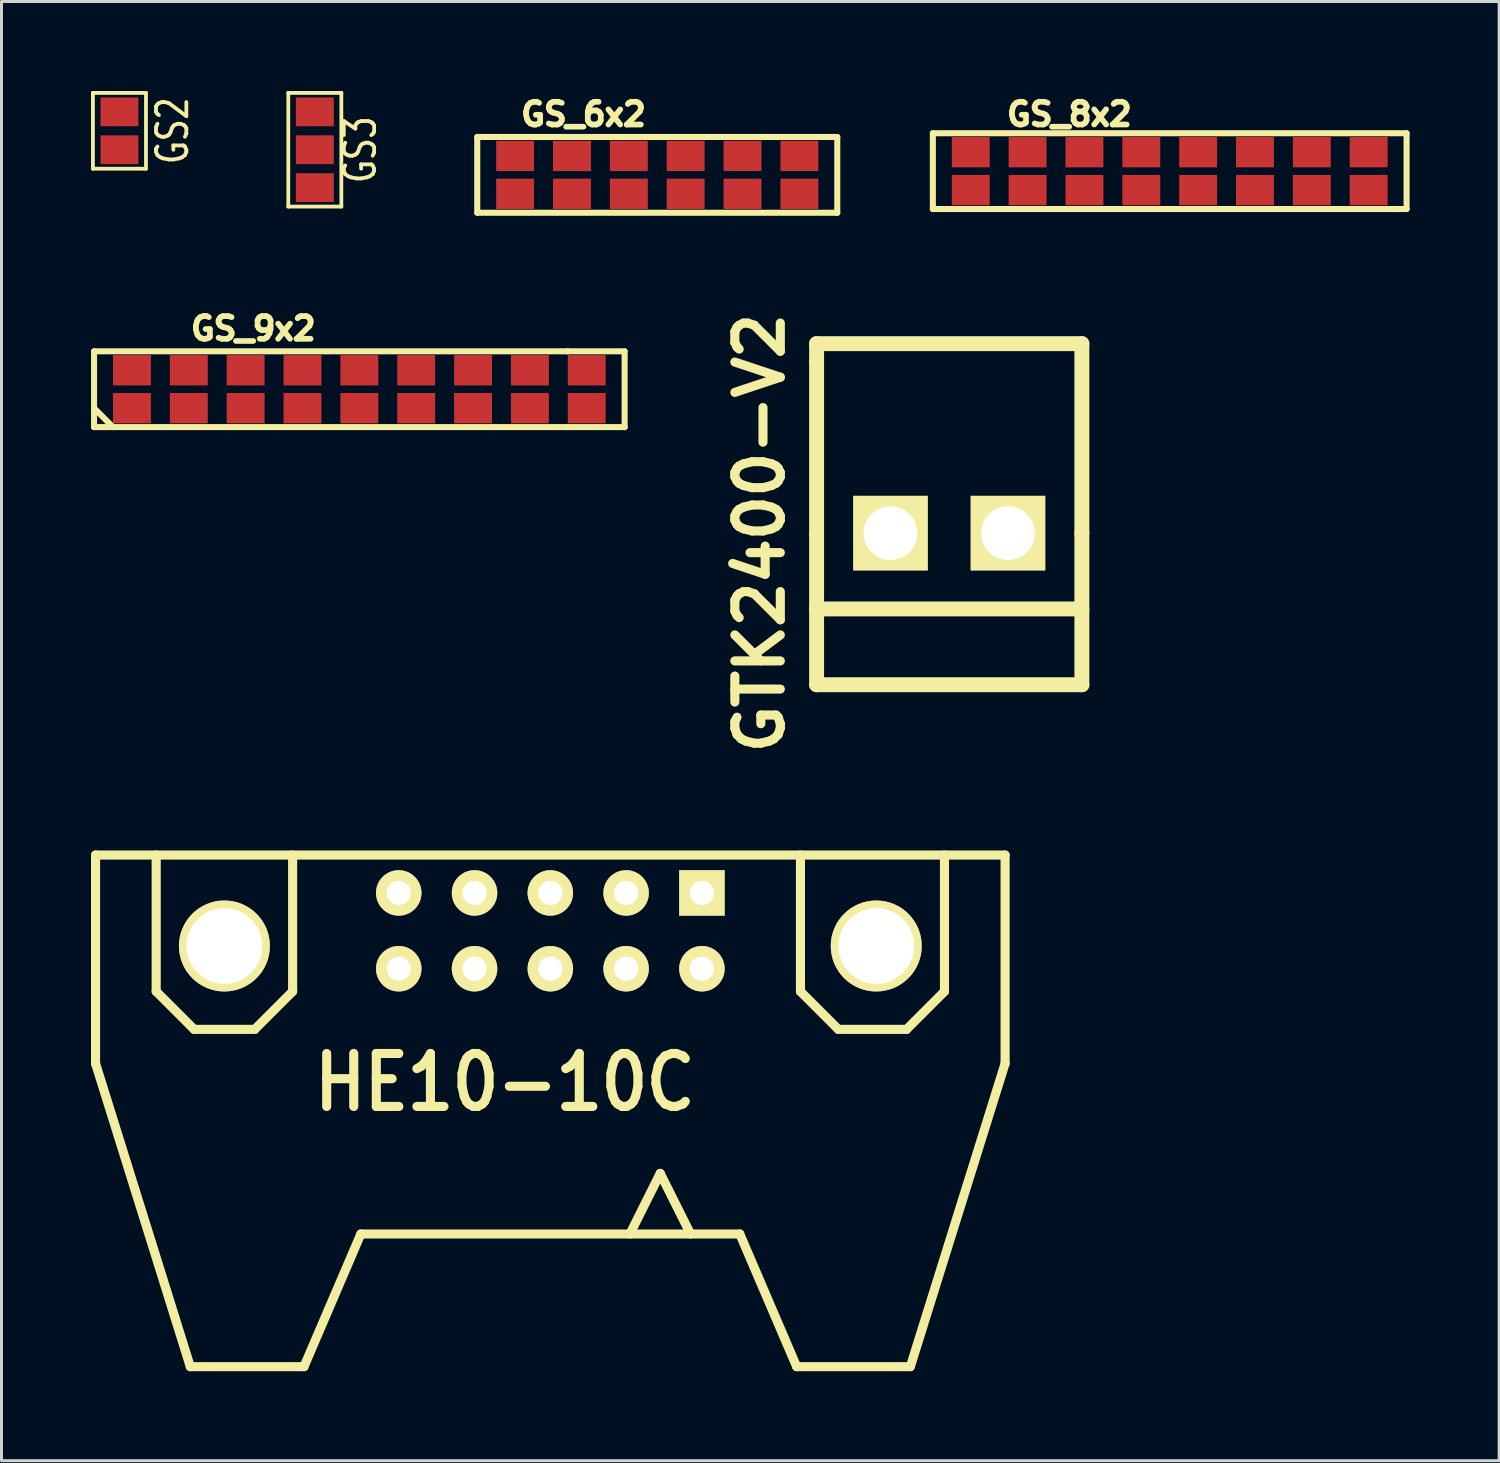
<source format=kicad_pcb>
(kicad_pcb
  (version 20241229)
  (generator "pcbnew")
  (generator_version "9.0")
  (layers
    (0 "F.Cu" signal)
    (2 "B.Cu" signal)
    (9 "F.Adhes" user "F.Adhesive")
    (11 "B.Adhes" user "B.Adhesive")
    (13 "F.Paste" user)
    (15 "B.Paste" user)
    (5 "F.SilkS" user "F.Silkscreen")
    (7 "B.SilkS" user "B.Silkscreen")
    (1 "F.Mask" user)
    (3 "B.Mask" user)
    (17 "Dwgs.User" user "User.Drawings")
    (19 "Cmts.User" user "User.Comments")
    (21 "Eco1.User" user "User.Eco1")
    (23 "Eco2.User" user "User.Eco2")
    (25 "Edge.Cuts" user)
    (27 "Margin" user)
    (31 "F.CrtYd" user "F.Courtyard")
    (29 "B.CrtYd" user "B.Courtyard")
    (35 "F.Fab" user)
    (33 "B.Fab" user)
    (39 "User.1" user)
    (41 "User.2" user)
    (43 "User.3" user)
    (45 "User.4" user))
  (footprint "HE10-10C"
    (layer "F.Cu")
    (at 15.392 28.143)
    (property "Reference" "HE10-10C" (at -1.524 5.08 180) (layer "F.SilkS") (effects (font (size 1.775 1.587) (thickness 0.305))))
    (attr through_hole)
    (fp_line (start -15.24 -2.54) (end -15.24 4.445) (stroke (width 0.305) (type solid)) (layer "F.SilkS"))
    (fp_line (start -15.24 4.445) (end -12.065 14.605) (stroke (width 0.305) (type solid)) (layer "F.SilkS"))
    (fp_line (start -13.208 2.032) (end -13.208 -2.54) (stroke (width 0.305) (type solid)) (layer "F.SilkS"))
    (fp_line (start -12.065 14.605) (end -8.255 14.605) (stroke (width 0.305) (type solid)) (layer "F.SilkS"))
    (fp_line (start -11.938 3.302) (end -13.208 2.032) (stroke (width 0.305) (type solid)) (layer "F.SilkS"))
    (fp_line (start -9.906 3.302) (end -11.938 3.302) (stroke (width 0.305) (type solid)) (layer "F.SilkS"))
    (fp_line (start -8.636 -2.54) (end -8.636 2.032) (stroke (width 0.305) (type solid)) (layer "F.SilkS"))
    (fp_line (start -8.636 2.032) (end -9.906 3.302) (stroke (width 0.305) (type solid)) (layer "F.SilkS"))
    (fp_line (start -8.255 14.605) (end -6.35 10.16) (stroke (width 0.305) (type solid)) (layer "F.SilkS"))
    (fp_line (start -6.35 10.16) (end 6.35 10.16) (stroke (width 0.305) (type solid)) (layer "F.SilkS"))
    (fp_line (start 3.683 8.128) (end 2.667 10.16) (stroke (width 0.305) (type solid)) (layer "F.SilkS"))
    (fp_line (start 4.699 10.16) (end 3.683 8.128) (stroke (width 0.305) (type solid)) (layer "F.SilkS"))
    (fp_line (start 8.255 14.605) (end 6.35 10.16) (stroke (width 0.305) (type solid)) (layer "F.SilkS"))
    (fp_line (start 8.382 2.032) (end 8.382 -2.54) (stroke (width 0.305) (type solid)) (layer "F.SilkS"))
    (fp_line (start 9.652 3.302) (end 8.382 2.032) (stroke (width 0.305) (type solid)) (layer "F.SilkS"))
    (fp_line (start 11.938 3.302) (end 9.652 3.302) (stroke (width 0.305) (type solid)) (layer "F.SilkS"))
    (fp_line (start 12.065 14.605) (end 8.255 14.605) (stroke (width 0.305) (type solid)) (layer "F.SilkS"))
    (fp_line (start 13.208 -2.54) (end 13.208 2.032) (stroke (width 0.305) (type solid)) (layer "F.SilkS"))
    (fp_line (start 13.208 2.032) (end 11.938 3.302) (stroke (width 0.305) (type solid)) (layer "F.SilkS"))
    (fp_line (start 15.24 -2.54) (end -15.24 -2.54) (stroke (width 0.305) (type solid)) (layer "F.SilkS"))
    (fp_line (start 15.24 -2.54) (end 15.24 4.445) (stroke (width 0.305) (type solid)) (layer "F.SilkS"))
    (fp_line (start 15.24 4.445) (end 12.065 14.605) (stroke (width 0.305) (type solid)) (layer "F.SilkS"))
    (pad "0" thru_hole circle (at -10.922 0.508) (size 3.048 3.048) (drill 2.54) (layers "*.Cu" "*.Mask" "F.SilkS"))
    (pad "0" thru_hole circle (at 10.922 0.508) (size 3.048 3.048) (drill 2.54) (layers "*.Cu" "*.Mask" "F.SilkS"))
    (pad "1" thru_hole rect (at 5.08 -1.27) (size 1.524 1.524) (drill 0.813) (layers "*.Cu" "*.Mask" "F.SilkS"))
    (pad "2" thru_hole circle (at 5.08 1.27) (size 1.524 1.524) (drill 0.813) (layers "*.Cu" "*.Mask" "F.SilkS"))
    (pad "3" thru_hole circle (at 2.54 -1.27) (size 1.524 1.524) (drill 0.813) (layers "*.Cu" "*.Mask" "F.SilkS"))
    (pad "4" thru_hole circle (at 2.54 1.27) (size 1.524 1.524) (drill 0.813) (layers "*.Cu" "*.Mask" "F.SilkS"))
    (pad "5" thru_hole circle (at 0 -1.27) (size 1.524 1.524) (drill 0.813) (layers "*.Cu" "*.Mask" "F.SilkS"))
    (pad "6" thru_hole circle (at 0 1.27) (size 1.524 1.524) (drill 0.813) (layers "*.Cu" "*.Mask" "F.SilkS"))
    (pad "7" thru_hole circle (at -2.54 -1.27) (size 1.524 1.524) (drill 0.813) (layers "*.Cu" "*.Mask" "F.SilkS"))
    (pad "8" thru_hole circle (at -2.54 1.27) (size 1.524 1.524) (drill 0.813) (layers "*.Cu" "*.Mask" "F.SilkS"))
    (pad "9" thru_hole circle (at -5.08 -1.27) (size 1.524 1.524) (drill 0.813) (layers "*.Cu" "*.Mask" "F.SilkS"))
    (pad "10" thru_hole circle (at -5.08 1.27) (size 1.524 1.524) (drill 0.813) (layers "*.Cu" "*.Mask" "F.SilkS")))
  (footprint "GS_6x2"
    (layer "F.Cu")
    (at 18.658 2.81)
    (property "Reference" "GS_6x2" (at -2.156 -2.029 0) (layer "F.SilkS") (effects (font (size 0.762 0.762) (thickness 0.203))))
    (attr through_hole)
    (fp_line (start -5.715 -1.27) (end 6.35 -1.27) (stroke (width 0.203) (type solid)) (layer "F.SilkS"))
    (fp_line (start -5.715 1.27) (end -5.715 -1.27) (stroke (width 0.203) (type solid)) (layer "F.SilkS"))
    (fp_line (start 6.35 -1.27) (end 6.35 1.27) (stroke (width 0.203) (type solid)) (layer "F.SilkS"))
    (fp_line (start 6.35 1.27) (end -5.715 1.27) (stroke (width 0.203) (type solid)) (layer "F.SilkS"))
    (pad "1" smd rect (at -4.445 0.635) (size 1.27 1.016) (layers "F.Cu" "F.Mask" "F.Paste"))
    (pad "2" smd rect (at -4.445 -0.635) (size 1.27 1.016) (layers "F.Cu" "F.Mask" "F.Paste"))
    (pad "3" smd rect (at -2.54 0.635) (size 1.27 1.016) (layers "F.Cu" "F.Mask" "F.Paste"))
    (pad "4" smd rect (at -2.54 -0.635) (size 1.27 1.016) (layers "F.Cu" "F.Mask" "F.Paste"))
    (pad "5" smd rect (at -0.635 0.635) (size 1.27 1.016) (layers "F.Cu" "F.Mask" "F.Paste"))
    (pad "6" smd rect (at -0.635 -0.635) (size 1.27 1.016) (layers "F.Cu" "F.Mask" "F.Paste"))
    (pad "7" smd rect (at 1.27 0.635) (size 1.27 1.016) (layers "F.Cu" "F.Mask" "F.Paste"))
    (pad "8" smd rect (at 1.27 -0.635) (size 1.27 1.016) (layers "F.Cu" "F.Mask" "F.Paste"))
    (pad "9" smd rect (at 3.175 0.635) (size 1.27 1.016) (layers "F.Cu" "F.Mask" "F.Paste"))
    (pad "10" smd rect (at 3.175 -0.635) (size 1.27 1.016) (layers "F.Cu" "F.Mask" "F.Paste"))
    (pad "11" smd rect (at 5.08 0.635) (size 1.27 1.016) (layers "F.Cu" "F.Mask" "F.Paste"))
    (pad "12" smd rect (at 5.08 -0.635) (size 1.27 1.016) (layers "F.Cu" "F.Mask" "F.Paste")))
  (footprint "GTK2400-V2"
    (layer "F.Cu")
    (at 28.76 14.816)
    (property "Reference" "GTK2400-V2" (at -6.35 0 90) (layer "F.SilkS") (effects (font (size 1.524 1.524) (thickness 0.305))))
    (attr through_hole)
    (fp_line (start -4.445 -6.35) (end 4.445 -6.35) (stroke (width 0.5) (type solid)) (layer "F.SilkS"))
    (fp_line (start -4.445 -5.715) (end -4.445 -6.35) (stroke (width 0.5) (type solid)) (layer "F.SilkS"))
    (fp_line (start -4.445 0) (end -4.445 -5.715) (stroke (width 0.5) (type solid)) (layer "F.SilkS"))
    (fp_line (start -4.445 2.54) (end 4.445 2.54) (stroke (width 0.5) (type solid)) (layer "F.SilkS"))
    (fp_line (start -4.445 5.08) (end -4.445 0) (stroke (width 0.5) (type solid)) (layer "F.SilkS"))
    (fp_line (start 4.445 -6.35) (end 4.445 0) (stroke (width 0.5) (type solid)) (layer "F.SilkS"))
    (fp_line (start 4.445 0) (end 4.445 5.08) (stroke (width 0.5) (type solid)) (layer "F.SilkS"))
    (fp_line (start 4.445 5.08) (end -4.445 5.08) (stroke (width 0.5) (type solid)) (layer "F.SilkS"))
    (pad "1" thru_hole rect (at -1.968 0) (size 2.499 2.499) (drill 1.801) (layers "*.Cu" "*.Mask" "F.SilkS"))
    (pad "2" thru_hole rect (at 1.968 0) (size 2.499 2.499) (drill 1.801) (layers "*.Cu" "*.Mask" "F.SilkS")))
  (footprint "GS3"
    (layer "F.Cu")
    (at 7.5 1.968)
    (property "Reference" "GS3" (at 1.524 0 90) (layer "F.SilkS") (effects (font (size 1.016 0.762) (thickness 0.127))))
    (attr exclude_from_pos_files exclude_from_bom)
    (fp_line (start -0.889 -1.905) (end -0.889 1.905) (stroke (width 0.127) (type solid)) (layer "F.SilkS"))
    (fp_line (start -0.889 -1.905) (end 0.889 -1.905) (stroke (width 0.127) (type solid)) (layer "F.SilkS"))
    (fp_line (start -0.889 1.905) (end 0.889 1.905) (stroke (width 0.127) (type solid)) (layer "F.SilkS"))
    (fp_line (start 0.889 1.905) (end 0.889 -1.905) (stroke (width 0.127) (type solid)) (layer "F.SilkS"))
    (pad "1" smd rect (at 0 -1.27) (size 1.27 0.965) (layers "F.Cu" "F.Mask" "F.Paste"))
    (pad "2" smd rect (at 0 0) (size 1.27 0.965) (layers "F.Cu" "F.Mask" "F.Paste"))
    (pad "3" smd rect (at 0 1.27) (size 1.27 0.965) (layers "F.Cu" "F.Mask" "F.Paste")))
  (footprint "GS2"
    (layer "F.Cu")
    (at 0.953 1.333)
    (property "Reference" "GS2" (at 1.778 0 90) (layer "F.SilkS") (effects (font (size 1.016 0.762) (thickness 0.127))))
    (attr exclude_from_pos_files exclude_from_bom)
    (fp_line (start -0.889 -1.27) (end -0.889 1.27) (stroke (width 0.127) (type solid)) (layer "F.SilkS"))
    (fp_line (start -0.889 -1.27) (end 0.889 -1.27) (stroke (width 0.127) (type solid)) (layer "F.SilkS"))
    (fp_line (start 0.889 1.27) (end -0.889 1.27) (stroke (width 0.127) (type solid)) (layer "F.SilkS"))
    (fp_line (start 0.889 1.27) (end 0.889 -1.27) (stroke (width 0.127) (type solid)) (layer "F.SilkS"))
    (pad "1" smd rect (at 0 -0.635) (size 1.27 0.965) (layers "F.Cu" "F.Mask" "F.Paste"))
    (pad "2" smd rect (at 0 0.635) (size 1.27 0.965) (layers "F.Cu" "F.Mask" "F.Paste")))
  (footprint "GS_9x2"
    (layer "F.Cu")
    (at 8.992 9.993)
    (property "Reference" "GS_9x2" (at -3.556 -2.032 0) (layer "F.SilkS") (effects (font (size 0.762 0.762) (thickness 0.203))))
    (attr through_hole)
    (fp_line (start -8.89 -1.27) (end 6.985 -1.27) (stroke (width 0.203) (type solid)) (layer "F.SilkS"))
    (fp_line (start -8.89 0.635) (end -8.255 1.27) (stroke (width 0.203) (type solid)) (layer "F.SilkS"))
    (fp_line (start -8.89 1.27) (end -8.89 -1.27) (stroke (width 0.203) (type solid)) (layer "F.SilkS"))
    (fp_line (start 6.985 -1.27) (end 8.89 -1.27) (stroke (width 0.203) (type solid)) (layer "F.SilkS"))
    (fp_line (start 6.985 1.27) (end -8.89 1.27) (stroke (width 0.203) (type solid)) (layer "F.SilkS"))
    (fp_line (start 8.89 -1.27) (end 8.89 1.27) (stroke (width 0.203) (type solid)) (layer "F.SilkS"))
    (fp_line (start 8.89 1.27) (end 6.985 1.27) (stroke (width 0.203) (type solid)) (layer "F.SilkS"))
    (pad "1" smd rect (at -7.62 0.635) (size 1.27 1.016) (layers "F.Cu" "F.Mask" "F.Paste"))
    (pad "2" smd rect (at -7.62 -0.635) (size 1.27 1.016) (layers "F.Cu" "F.Mask" "F.Paste"))
    (pad "3" smd rect (at -5.715 0.635) (size 1.27 1.016) (layers "F.Cu" "F.Mask" "F.Paste"))
    (pad "4" smd rect (at -5.715 -0.635) (size 1.27 1.016) (layers "F.Cu" "F.Mask" "F.Paste"))
    (pad "5" smd rect (at -3.81 0.635) (size 1.27 1.016) (layers "F.Cu" "F.Mask" "F.Paste"))
    (pad "6" smd rect (at -3.81 -0.635) (size 1.27 1.016) (layers "F.Cu" "F.Mask" "F.Paste"))
    (pad "7" smd rect (at -1.905 0.635) (size 1.27 1.016) (layers "F.Cu" "F.Mask" "F.Paste"))
    (pad "8" smd rect (at -1.905 -0.635) (size 1.27 1.016) (layers "F.Cu" "F.Mask" "F.Paste"))
    (pad "9" smd rect (at 0 0.635) (size 1.27 1.016) (layers "F.Cu" "F.Mask" "F.Paste"))
    (pad "10" smd rect (at 0 -0.635) (size 1.27 1.016) (layers "F.Cu" "F.Mask" "F.Paste"))
    (pad "11" smd rect (at 1.905 0.635) (size 1.27 1.016) (layers "F.Cu" "F.Mask" "F.Paste"))
    (pad "12" smd rect (at 1.905 -0.635) (size 1.27 1.016) (layers "F.Cu" "F.Mask" "F.Paste"))
    (pad "13" smd rect (at 3.81 0.635) (size 1.27 1.016) (layers "F.Cu" "F.Mask" "F.Paste"))
    (pad "14" smd rect (at 3.81 -0.635) (size 1.27 1.016) (layers "F.Cu" "F.Mask" "F.Paste"))
    (pad "15" smd rect (at 5.715 0.635) (size 1.27 1.016) (layers "F.Cu" "F.Mask" "F.Paste"))
    (pad "16" smd rect (at 5.715 -0.635) (size 1.27 1.016) (layers "F.Cu" "F.Mask" "F.Paste"))
    (pad "17" smd rect (at 7.62 0.635) (size 1.27 1.016) (layers "F.Cu" "F.Mask" "F.Paste"))
    (pad "18" smd rect (at 7.62 -0.635) (size 1.27 1.016) (layers "F.Cu" "F.Mask" "F.Paste")))
  (footprint "GS_8x2"
    (layer "F.Cu")
    (at 35.831 2.685)
    (property "Reference" "GS_8x2" (at -3.048 -1.905 0) (layer "F.SilkS") (effects (font (size 0.762 0.762) (thickness 0.203))))
    (attr through_hole)
    (fp_line (start -7.62 -1.27) (end 8.255 -1.27) (stroke (width 0.203) (type solid)) (layer "F.SilkS"))
    (fp_line (start -7.62 1.27) (end -7.62 -1.27) (stroke (width 0.203) (type solid)) (layer "F.SilkS"))
    (fp_line (start 8.255 -1.27) (end 8.255 1.27) (stroke (width 0.203) (type solid)) (layer "F.SilkS"))
    (fp_line (start 8.255 1.27) (end -7.62 1.27) (stroke (width 0.203) (type solid)) (layer "F.SilkS"))
    (pad "1" smd rect (at -6.35 0.635) (size 1.27 1.016) (layers "F.Cu" "F.Mask" "F.Paste"))
    (pad "2" smd rect (at -6.35 -0.635) (size 1.27 1.016) (layers "F.Cu" "F.Mask" "F.Paste"))
    (pad "3" smd rect (at -4.445 0.635) (size 1.27 1.016) (layers "F.Cu" "F.Mask" "F.Paste"))
    (pad "4" smd rect (at -4.445 -0.635) (size 1.27 1.016) (layers "F.Cu" "F.Mask" "F.Paste"))
    (pad "5" smd rect (at -2.54 0.635) (size 1.27 1.016) (layers "F.Cu" "F.Mask" "F.Paste"))
    (pad "6" smd rect (at -2.54 -0.635) (size 1.27 1.016) (layers "F.Cu" "F.Mask" "F.Paste"))
    (pad "7" smd rect (at -0.635 0.635) (size 1.27 1.016) (layers "F.Cu" "F.Mask" "F.Paste"))
    (pad "8" smd rect (at -0.635 -0.635) (size 1.27 1.016) (layers "F.Cu" "F.Mask" "F.Paste"))
    (pad "9" smd rect (at 1.27 0.635) (size 1.27 1.016) (layers "F.Cu" "F.Mask" "F.Paste"))
    (pad "10" smd rect (at 1.27 -0.635) (size 1.27 1.016) (layers "F.Cu" "F.Mask" "F.Paste"))
    (pad "11" smd rect (at 3.175 0.635) (size 1.27 1.016) (layers "F.Cu" "F.Mask" "F.Paste"))
    (pad "12" smd rect (at 3.175 -0.635) (size 1.27 1.016) (layers "F.Cu" "F.Mask" "F.Paste"))
    (pad "13" smd rect (at 5.08 0.635) (size 1.27 1.016) (layers "F.Cu" "F.Mask" "F.Paste"))
    (pad "14" smd rect (at 5.08 -0.635) (size 1.27 1.016) (layers "F.Cu" "F.Mask" "F.Paste"))
    (pad "15" smd rect (at 6.985 0.635) (size 1.27 1.016) (layers "F.Cu" "F.Mask" "F.Paste"))
    (pad "16" smd rect (at 6.985 -0.635) (size 1.27 1.016) (layers "F.Cu" "F.Mask" "F.Paste")))
  (gr_rect
    (start -3 -3)
    (end 47.188 45.9)
    (stroke (width 0.1) (type default))
    (fill no)
    (layer "Edge.Cuts")))
</source>
